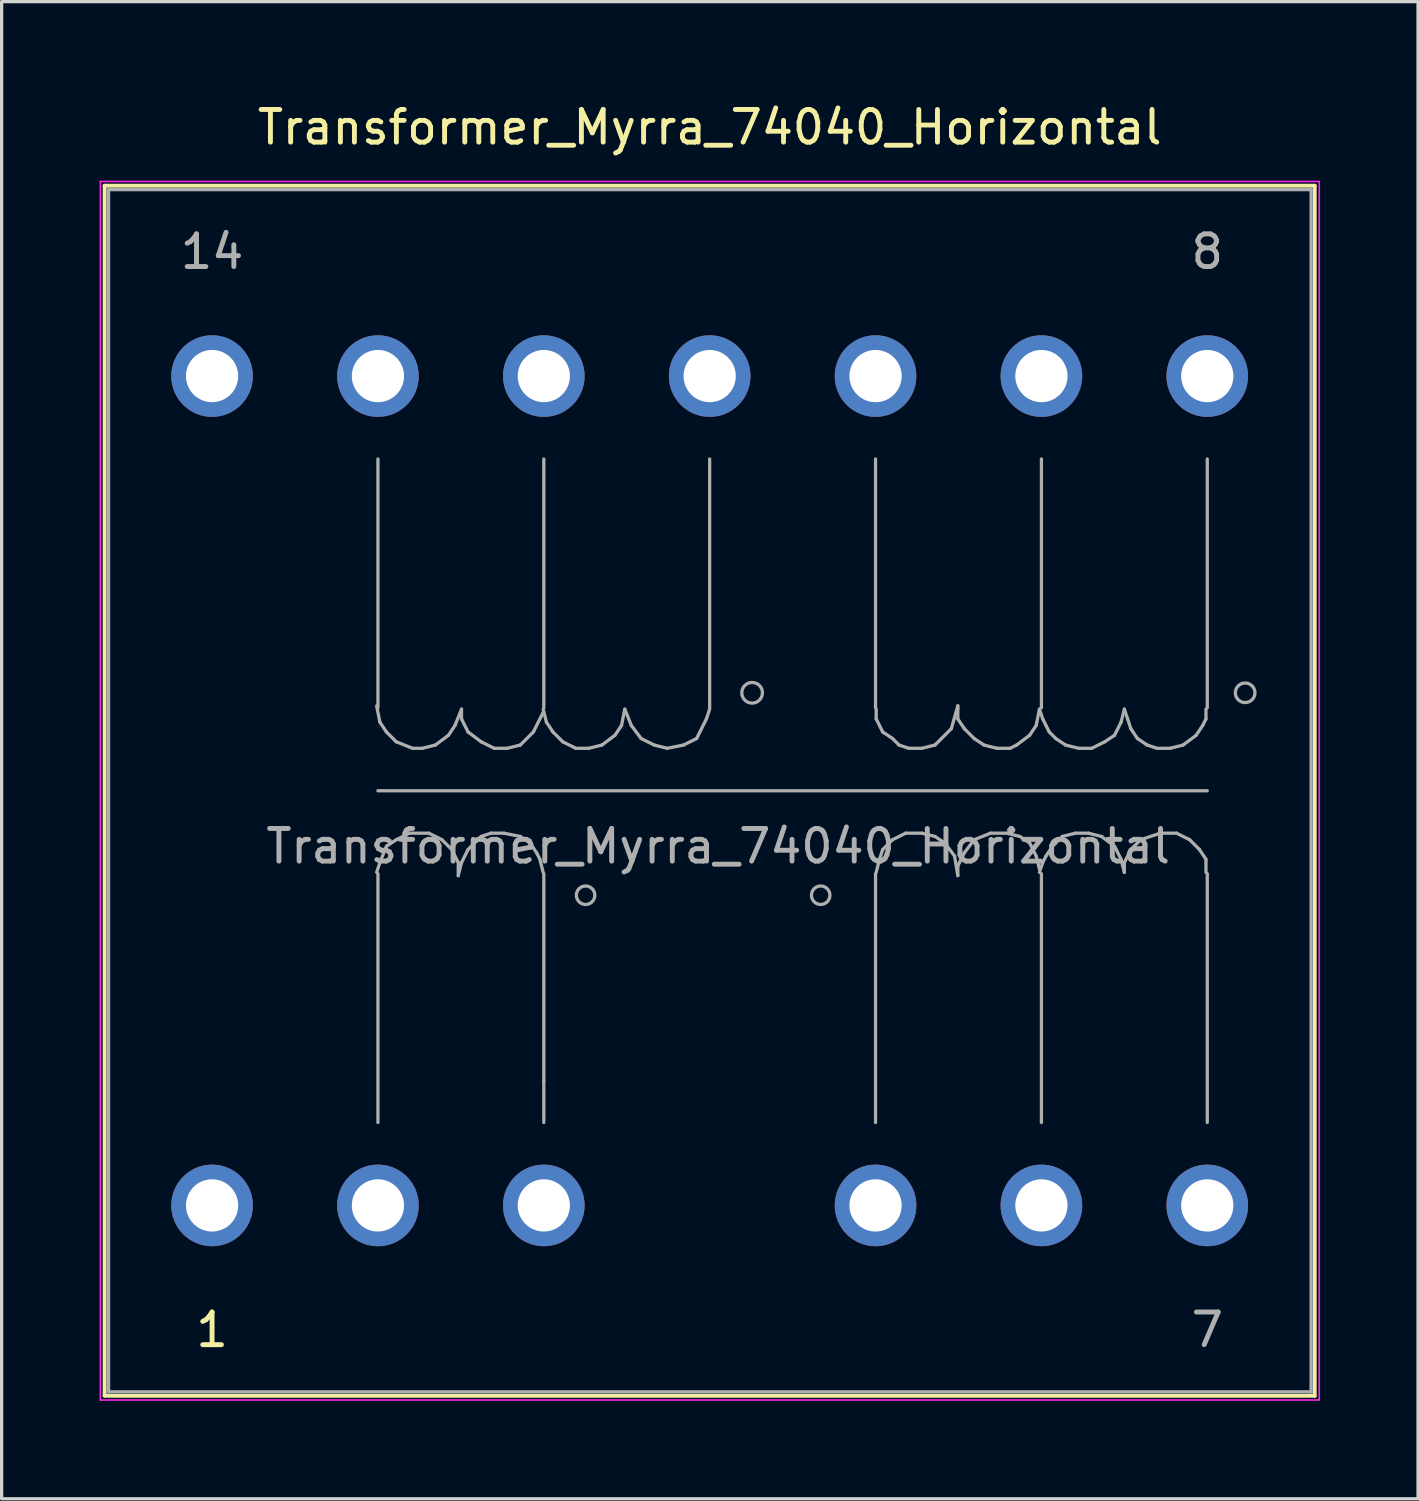
<source format=kicad_pcb>
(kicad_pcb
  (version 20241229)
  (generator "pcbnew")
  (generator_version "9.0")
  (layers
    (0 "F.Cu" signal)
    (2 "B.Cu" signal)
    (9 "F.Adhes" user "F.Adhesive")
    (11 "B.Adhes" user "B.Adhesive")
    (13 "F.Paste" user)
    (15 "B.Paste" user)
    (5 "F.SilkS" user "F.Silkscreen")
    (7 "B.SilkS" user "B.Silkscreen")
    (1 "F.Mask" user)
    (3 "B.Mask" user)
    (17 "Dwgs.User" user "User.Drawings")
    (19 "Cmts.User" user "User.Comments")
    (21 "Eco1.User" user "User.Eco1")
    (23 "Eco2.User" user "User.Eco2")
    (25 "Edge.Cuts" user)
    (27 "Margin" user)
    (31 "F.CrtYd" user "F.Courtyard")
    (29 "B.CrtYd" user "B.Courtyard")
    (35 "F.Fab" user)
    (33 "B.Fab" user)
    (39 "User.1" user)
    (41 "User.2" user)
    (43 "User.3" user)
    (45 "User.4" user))
  (footprint "Transformer_Myrra_74040_Horizontal"
    (layer "F.Cu")
    (at 3.445 33.868)
    (property "Reference" "Transformer_Myrra_74040_Horizontal" (at 15.24 -33.02 0) (layer "F.SilkS") (effects (font (size 1 1) (thickness 0.15))))
    (attr through_hole)
    (fp_line (start -3.29 -31.23) (end -3.29 5.83) (stroke (width 0.12) (type solid)) (layer "F.SilkS"))
    (fp_line (start -3.29 -31.23) (end 33.77 -31.23) (stroke (width 0.12) (type solid)) (layer "F.SilkS"))
    (fp_line (start 33.77 5.83) (end -3.29 5.83) (stroke (width 0.12) (type solid)) (layer "F.SilkS"))
    (fp_line (start 33.77 5.83) (end 33.77 -31.23) (stroke (width 0.12) (type solid)) (layer "F.SilkS"))
    (fp_line (start -3.42 -31.36) (end -3.42 5.96) (stroke (width 0.05) (type solid)) (layer "F.CrtYd"))
    (fp_line (start -3.42 -31.36) (end 33.91 -31.36) (stroke (width 0.05) (type solid)) (layer "F.CrtYd"))
    (fp_line (start 33.91 5.96) (end -3.42 5.96) (stroke (width 0.05) (type solid)) (layer "F.CrtYd"))
    (fp_line (start 33.91 5.96) (end 33.91 -31.36) (stroke (width 0.05) (type solid)) (layer "F.CrtYd"))
    (fp_line (start -3.17 -31.11) (end 33.66 -31.11) (stroke (width 0.1) (type solid)) (layer "F.Fab"))
    (fp_line (start -3.17 5.71) (end -3.17 -31.11) (stroke (width 0.1) (type solid)) (layer "F.Fab"))
    (fp_line (start 5.04 -10.2) (end 5.14 -10.5) (stroke (width 0.1) (type solid)) (layer "F.Fab"))
    (fp_line (start 5.08 -15.24) (end 5.08 -22.86) (stroke (width 0.1) (type solid)) (layer "F.Fab"))
    (fp_line (start 5.08 -12.7) (end 30.48 -12.7) (stroke (width 0.1) (type solid)) (layer "F.Fab"))
    (fp_line (start 5.08 -2.54) (end 5.08 -10.16) (stroke (width 0.1) (type solid)) (layer "F.Fab"))
    (fp_line (start 5.14 -14.8) (end 5.04 -15.3) (stroke (width 0.1) (type solid)) (layer "F.Fab"))
    (fp_line (start 5.14 -10.5) (end 5.34 -11) (stroke (width 0.1) (type solid)) (layer "F.Fab"))
    (fp_line (start 5.34 -14.5) (end 5.14 -14.8) (stroke (width 0.1) (type solid)) (layer "F.Fab"))
    (fp_line (start 5.34 -11) (end 5.64 -11.2) (stroke (width 0.1) (type solid)) (layer "F.Fab"))
    (fp_line (start 5.64 -14.2) (end 5.34 -14.5) (stroke (width 0.1) (type solid)) (layer "F.Fab"))
    (fp_line (start 5.64 -11.2) (end 6.04 -11.4) (stroke (width 0.1) (type solid)) (layer "F.Fab"))
    (fp_line (start 6.04 -11.4) (end 6.64 -11.4) (stroke (width 0.1) (type solid)) (layer "F.Fab"))
    (fp_line (start 6.14 -14) (end 5.64 -14.2) (stroke (width 0.1) (type solid)) (layer "F.Fab"))
    (fp_line (start 6.44 -14) (end 6.14 -14) (stroke (width 0.1) (type solid)) (layer "F.Fab"))
    (fp_line (start 6.64 -11.4) (end 7.04 -11.2) (stroke (width 0.1) (type solid)) (layer "F.Fab"))
    (fp_line (start 6.84 -14.1) (end 6.44 -14) (stroke (width 0.1) (type solid)) (layer "F.Fab"))
    (fp_line (start 7.04 -11.2) (end 7.34 -10.9) (stroke (width 0.1) (type solid)) (layer "F.Fab"))
    (fp_line (start 7.24 -14.4) (end 6.84 -14.1) (stroke (width 0.1) (type solid)) (layer "F.Fab"))
    (fp_line (start 7.34 -10.9) (end 7.54 -10.5) (stroke (width 0.1) (type solid)) (layer "F.Fab"))
    (fp_line (start 7.44 -14.7) (end 7.24 -14.4) (stroke (width 0.1) (type solid)) (layer "F.Fab"))
    (fp_line (start 7.54 -10.5) (end 7.54 -10.1) (stroke (width 0.1) (type solid)) (layer "F.Fab"))
    (fp_line (start 7.54 -10.1) (end 7.64 -10.5) (stroke (width 0.1) (type solid)) (layer "F.Fab"))
    (fp_line (start 7.64 -15.2) (end 7.44 -14.7) (stroke (width 0.1) (type solid)) (layer "F.Fab"))
    (fp_line (start 7.64 -14.9) (end 7.64 -15.2) (stroke (width 0.1) (type solid)) (layer "F.Fab"))
    (fp_line (start 7.64 -10.5) (end 7.84 -10.9) (stroke (width 0.1) (type solid)) (layer "F.Fab"))
    (fp_line (start 7.84 -14.5) (end 7.64 -14.9) (stroke (width 0.1) (type solid)) (layer "F.Fab"))
    (fp_line (start 7.84 -10.9) (end 8.24 -11.3) (stroke (width 0.1) (type solid)) (layer "F.Fab"))
    (fp_line (start 8.24 -14.2) (end 7.84 -14.5) (stroke (width 0.1) (type solid)) (layer "F.Fab"))
    (fp_line (start 8.24 -11.3) (end 8.54 -11.4) (stroke (width 0.1) (type solid)) (layer "F.Fab"))
    (fp_line (start 8.54 -11.4) (end 8.94 -11.4) (stroke (width 0.1) (type solid)) (layer "F.Fab"))
    (fp_line (start 8.64 -14) (end 8.24 -14.2) (stroke (width 0.1) (type solid)) (layer "F.Fab"))
    (fp_line (start 8.94 -11.4) (end 9.44 -11.3) (stroke (width 0.1) (type solid)) (layer "F.Fab"))
    (fp_line (start 9.04 -14) (end 8.64 -14) (stroke (width 0.1) (type solid)) (layer "F.Fab"))
    (fp_line (start 9.44 -14.1) (end 9.04 -14) (stroke (width 0.1) (type solid)) (layer "F.Fab"))
    (fp_line (start 9.44 -11.3) (end 9.74 -11.1) (stroke (width 0.1) (type solid)) (layer "F.Fab"))
    (fp_line (start 9.74 -11.1) (end 9.94 -10.8) (stroke (width 0.1) (type solid)) (layer "F.Fab"))
    (fp_line (start 9.84 -14.5) (end 9.44 -14.1) (stroke (width 0.1) (type solid)) (layer "F.Fab"))
    (fp_line (start 9.94 -10.8) (end 10.04 -10.6) (stroke (width 0.1) (type solid)) (layer "F.Fab"))
    (fp_line (start 10.04 -10.6) (end 10.14 -10.2) (stroke (width 0.1) (type solid)) (layer "F.Fab"))
    (fp_line (start 10.14 -15.1) (end 9.84 -14.5) (stroke (width 0.1) (type solid)) (layer "F.Fab"))
    (fp_line (start 10.16 -15.24) (end 10.16 -22.86) (stroke (width 0.1) (type solid)) (layer "F.Fab"))
    (fp_line (start 10.16 -10.16) (end 10.16 -3.81) (stroke (width 0.1) (type solid)) (layer "F.Fab"))
    (fp_line (start 10.16 -3.81) (end 10.16 -2.54) (stroke (width 0.1) (type solid)) (layer "F.Fab"))
    (fp_line (start 10.24 -14.8) (end 10.14 -15.2) (stroke (width 0.1) (type solid)) (layer "F.Fab"))
    (fp_line (start 10.44 -14.5) (end 10.24 -14.8) (stroke (width 0.1) (type solid)) (layer "F.Fab"))
    (fp_line (start 10.74 -14.2) (end 10.44 -14.5) (stroke (width 0.1) (type solid)) (layer "F.Fab"))
    (fp_line (start 11.14 -14) (end 10.74 -14.2) (stroke (width 0.1) (type solid)) (layer "F.Fab"))
    (fp_line (start 11.54 -14) (end 11.14 -14) (stroke (width 0.1) (type solid)) (layer "F.Fab"))
    (fp_line (start 11.94 -14.1) (end 11.54 -14) (stroke (width 0.1) (type solid)) (layer "F.Fab"))
    (fp_line (start 12.34 -14.4) (end 11.94 -14.1) (stroke (width 0.1) (type solid)) (layer "F.Fab"))
    (fp_line (start 12.54 -14.7) (end 12.34 -14.4) (stroke (width 0.1) (type solid)) (layer "F.Fab"))
    (fp_line (start 12.64 -15.2) (end 12.54 -14.7) (stroke (width 0.1) (type solid)) (layer "F.Fab"))
    (fp_line (start 12.84 -14.7) (end 12.64 -15.2) (stroke (width 0.1) (type solid)) (layer "F.Fab"))
    (fp_line (start 13.14 -14.3) (end 12.84 -14.7) (stroke (width 0.1) (type solid)) (layer "F.Fab"))
    (fp_line (start 13.54 -14.1) (end 13.14 -14.3) (stroke (width 0.1) (type solid)) (layer "F.Fab"))
    (fp_line (start 13.94 -14) (end 13.54 -14.1) (stroke (width 0.1) (type solid)) (layer "F.Fab"))
    (fp_line (start 14.44 -14.1) (end 13.94 -14) (stroke (width 0.1) (type solid)) (layer "F.Fab"))
    (fp_line (start 14.84 -14.3) (end 14.44 -14.1) (stroke (width 0.1) (type solid)) (layer "F.Fab"))
    (fp_line (start 15.14 -14.9) (end 14.84 -14.3) (stroke (width 0.1) (type solid)) (layer "F.Fab"))
    (fp_line (start 15.24 -15.24) (end 15.24 -22.86) (stroke (width 0.1) (type solid)) (layer "F.Fab"))
    (fp_line (start 15.24 -15.2) (end 15.14 -14.9) (stroke (width 0.1) (type solid)) (layer "F.Fab"))
    (fp_line (start 20.32 -15.24) (end 20.32 -22.86) (stroke (width 0.1) (type solid)) (layer "F.Fab"))
    (fp_line (start 20.32 -10.16) (end 20.32 -2.54) (stroke (width 0.1) (type solid)) (layer "F.Fab"))
    (fp_line (start 20.34 -14.9) (end 20.34 -15.2) (stroke (width 0.1) (type solid)) (layer "F.Fab"))
    (fp_line (start 20.44 -10.6) (end 20.34 -10.2) (stroke (width 0.1) (type solid)) (layer "F.Fab"))
    (fp_line (start 20.54 -14.5) (end 20.34 -14.9) (stroke (width 0.1) (type solid)) (layer "F.Fab"))
    (fp_line (start 20.54 -10.9) (end 20.44 -10.6) (stroke (width 0.1) (type solid)) (layer "F.Fab"))
    (fp_line (start 20.84 -14.3) (end 20.54 -14.5) (stroke (width 0.1) (type solid)) (layer "F.Fab"))
    (fp_line (start 20.84 -11.2) (end 20.54 -10.9) (stroke (width 0.1) (type solid)) (layer "F.Fab"))
    (fp_line (start 21.04 -14.1) (end 20.84 -14.3) (stroke (width 0.1) (type solid)) (layer "F.Fab"))
    (fp_line (start 21.24 -11.4) (end 20.84 -11.2) (stroke (width 0.1) (type solid)) (layer "F.Fab"))
    (fp_line (start 21.34 -14) (end 21.04 -14.1) (stroke (width 0.1) (type solid)) (layer "F.Fab"))
    (fp_line (start 21.74 -14) (end 21.34 -14) (stroke (width 0.1) (type solid)) (layer "F.Fab"))
    (fp_line (start 21.74 -11.4) (end 21.24 -11.4) (stroke (width 0.1) (type solid)) (layer "F.Fab"))
    (fp_line (start 22.14 -14.1) (end 21.74 -14) (stroke (width 0.1) (type solid)) (layer "F.Fab"))
    (fp_line (start 22.14 -11.3) (end 21.74 -11.4) (stroke (width 0.1) (type solid)) (layer "F.Fab"))
    (fp_line (start 22.34 -14.3) (end 22.14 -14.1) (stroke (width 0.1) (type solid)) (layer "F.Fab"))
    (fp_line (start 22.44 -11.1) (end 22.14 -11.3) (stroke (width 0.1) (type solid)) (layer "F.Fab"))
    (fp_line (start 22.64 -14.6) (end 22.34 -14.3) (stroke (width 0.1) (type solid)) (layer "F.Fab"))
    (fp_line (start 22.74 -10.7) (end 22.44 -11.1) (stroke (width 0.1) (type solid)) (layer "F.Fab"))
    (fp_line (start 22.84 -15.3) (end 22.64 -14.6) (stroke (width 0.1) (type solid)) (layer "F.Fab"))
    (fp_line (start 22.84 -15.2) (end 22.84 -15.3) (stroke (width 0.1) (type solid)) (layer "F.Fab"))
    (fp_line (start 22.84 -14.9) (end 22.84 -15.2) (stroke (width 0.1) (type solid)) (layer "F.Fab"))
    (fp_line (start 22.84 -10.4) (end 22.84 -10.1) (stroke (width 0.1) (type solid)) (layer "F.Fab"))
    (fp_line (start 22.84 -10.1) (end 22.74 -10.7) (stroke (width 0.1) (type solid)) (layer "F.Fab"))
    (fp_line (start 23.04 -14.6) (end 22.84 -14.9) (stroke (width 0.1) (type solid)) (layer "F.Fab"))
    (fp_line (start 23.04 -10.8) (end 22.84 -10.4) (stroke (width 0.1) (type solid)) (layer "F.Fab"))
    (fp_line (start 23.34 -14.3) (end 23.04 -14.6) (stroke (width 0.1) (type solid)) (layer "F.Fab"))
    (fp_line (start 23.34 -11.2) (end 23.04 -10.8) (stroke (width 0.1) (type solid)) (layer "F.Fab"))
    (fp_line (start 23.64 -14.1) (end 23.34 -14.3) (stroke (width 0.1) (type solid)) (layer "F.Fab"))
    (fp_line (start 23.84 -11.4) (end 23.34 -11.2) (stroke (width 0.1) (type solid)) (layer "F.Fab"))
    (fp_line (start 24.04 -14) (end 23.64 -14.1) (stroke (width 0.1) (type solid)) (layer "F.Fab"))
    (fp_line (start 24.34 -11.4) (end 23.84 -11.4) (stroke (width 0.1) (type solid)) (layer "F.Fab"))
    (fp_line (start 24.44 -14) (end 24.04 -14) (stroke (width 0.1) (type solid)) (layer "F.Fab"))
    (fp_line (start 24.64 -14.1) (end 24.44 -14) (stroke (width 0.1) (type solid)) (layer "F.Fab"))
    (fp_line (start 24.74 -11.3) (end 24.34 -11.4) (stroke (width 0.1) (type solid)) (layer "F.Fab"))
    (fp_line (start 25.04 -14.4) (end 24.64 -14.1) (stroke (width 0.1) (type solid)) (layer "F.Fab"))
    (fp_line (start 25.04 -11.1) (end 24.74 -11.3) (stroke (width 0.1) (type solid)) (layer "F.Fab"))
    (fp_line (start 25.24 -14.7) (end 25.04 -14.4) (stroke (width 0.1) (type solid)) (layer "F.Fab"))
    (fp_line (start 25.24 -10.7) (end 25.04 -11.1) (stroke (width 0.1) (type solid)) (layer "F.Fab"))
    (fp_line (start 25.34 -15.2) (end 25.24 -14.7) (stroke (width 0.1) (type solid)) (layer "F.Fab"))
    (fp_line (start 25.34 -10.3) (end 25.24 -10.7) (stroke (width 0.1) (type solid)) (layer "F.Fab"))
    (fp_line (start 25.4 -15.24) (end 25.4 -22.86) (stroke (width 0.1) (type solid)) (layer "F.Fab"))
    (fp_line (start 25.4 -10.16) (end 25.4 -2.54) (stroke (width 0.1) (type solid)) (layer "F.Fab"))
    (fp_line (start 25.44 -14.9) (end 25.34 -15.2) (stroke (width 0.1) (type solid)) (layer "F.Fab"))
    (fp_line (start 25.44 -10.5) (end 25.34 -10.2) (stroke (width 0.1) (type solid)) (layer "F.Fab"))
    (fp_line (start 25.54 -14.7) (end 25.44 -14.9) (stroke (width 0.1) (type solid)) (layer "F.Fab"))
    (fp_line (start 25.54 -10.7) (end 25.44 -10.5) (stroke (width 0.1) (type solid)) (layer "F.Fab"))
    (fp_line (start 25.64 -14.5) (end 25.54 -14.7) (stroke (width 0.1) (type solid)) (layer "F.Fab"))
    (fp_line (start 25.74 -11) (end 25.54 -10.7) (stroke (width 0.1) (type solid)) (layer "F.Fab"))
    (fp_line (start 25.84 -14.3) (end 25.64 -14.5) (stroke (width 0.1) (type solid)) (layer "F.Fab"))
    (fp_line (start 26.04 -11.3) (end 25.74 -11) (stroke (width 0.1) (type solid)) (layer "F.Fab"))
    (fp_line (start 26.14 -14.1) (end 25.84 -14.3) (stroke (width 0.1) (type solid)) (layer "F.Fab"))
    (fp_line (start 26.44 -11.4) (end 26.04 -11.3) (stroke (width 0.1) (type solid)) (layer "F.Fab"))
    (fp_line (start 26.54 -14) (end 26.14 -14.1) (stroke (width 0.1) (type solid)) (layer "F.Fab"))
    (fp_line (start 26.84 -11.4) (end 26.44 -11.4) (stroke (width 0.1) (type solid)) (layer "F.Fab"))
    (fp_line (start 26.94 -14) (end 26.54 -14) (stroke (width 0.1) (type solid)) (layer "F.Fab"))
    (fp_line (start 27.24 -11.3) (end 26.84 -11.4) (stroke (width 0.1) (type solid)) (layer "F.Fab"))
    (fp_line (start 27.34 -14.2) (end 26.94 -14) (stroke (width 0.1) (type solid)) (layer "F.Fab"))
    (fp_line (start 27.64 -14.4) (end 27.34 -14.2) (stroke (width 0.1) (type solid)) (layer "F.Fab"))
    (fp_line (start 27.64 -11) (end 27.24 -11.3) (stroke (width 0.1) (type solid)) (layer "F.Fab"))
    (fp_line (start 27.84 -14.8) (end 27.64 -14.4) (stroke (width 0.1) (type solid)) (layer "F.Fab"))
    (fp_line (start 27.84 -10.6) (end 27.64 -11) (stroke (width 0.1) (type solid)) (layer "F.Fab"))
    (fp_line (start 27.94 -15.2) (end 27.84 -14.8) (stroke (width 0.1) (type solid)) (layer "F.Fab"))
    (fp_line (start 27.94 -10.5) (end 27.94 -10.2) (stroke (width 0.1) (type solid)) (layer "F.Fab"))
    (fp_line (start 27.94 -10.2) (end 27.84 -10.6) (stroke (width 0.1) (type solid)) (layer "F.Fab"))
    (fp_line (start 28.04 -14.9) (end 27.94 -15.2) (stroke (width 0.1) (type solid)) (layer "F.Fab"))
    (fp_line (start 28.14 -14.6) (end 28.04 -14.9) (stroke (width 0.1) (type solid)) (layer "F.Fab"))
    (fp_line (start 28.14 -10.9) (end 27.94 -10.5) (stroke (width 0.1) (type solid)) (layer "F.Fab"))
    (fp_line (start 28.34 -14.3) (end 28.14 -14.6) (stroke (width 0.1) (type solid)) (layer "F.Fab"))
    (fp_line (start 28.44 -11.2) (end 28.14 -10.9) (stroke (width 0.1) (type solid)) (layer "F.Fab"))
    (fp_line (start 28.64 -14.1) (end 28.34 -14.3) (stroke (width 0.1) (type solid)) (layer "F.Fab"))
    (fp_line (start 28.94 -14) (end 28.64 -14.1) (stroke (width 0.1) (type solid)) (layer "F.Fab"))
    (fp_line (start 29.04 -11.4) (end 28.44 -11.2) (stroke (width 0.1) (type solid)) (layer "F.Fab"))
    (fp_line (start 29.34 -14) (end 28.94 -14) (stroke (width 0.1) (type solid)) (layer "F.Fab"))
    (fp_line (start 29.54 -11.4) (end 29.04 -11.4) (stroke (width 0.1) (type solid)) (layer "F.Fab"))
    (fp_line (start 29.74 -14.1) (end 29.34 -14) (stroke (width 0.1) (type solid)) (layer "F.Fab"))
    (fp_line (start 29.94 -11.2) (end 29.54 -11.4) (stroke (width 0.1) (type solid)) (layer "F.Fab"))
    (fp_line (start 30.14 -14.4) (end 29.74 -14.1) (stroke (width 0.1) (type solid)) (layer "F.Fab"))
    (fp_line (start 30.24 -10.9) (end 29.94 -11.2) (stroke (width 0.1) (type solid)) (layer "F.Fab"))
    (fp_line (start 30.34 -14.7) (end 30.14 -14.4) (stroke (width 0.1) (type solid)) (layer "F.Fab"))
    (fp_line (start 30.44 -15.2) (end 30.44 -14.9) (stroke (width 0.1) (type solid)) (layer "F.Fab"))
    (fp_line (start 30.44 -14.9) (end 30.34 -14.7) (stroke (width 0.1) (type solid)) (layer "F.Fab"))
    (fp_line (start 30.44 -10.6) (end 30.24 -10.9) (stroke (width 0.1) (type solid)) (layer "F.Fab"))
    (fp_line (start 30.44 -10.2) (end 30.44 -10.6) (stroke (width 0.1) (type solid)) (layer "F.Fab"))
    (fp_line (start 30.48 -15.24) (end 30.48 -22.86) (stroke (width 0.1) (type solid)) (layer "F.Fab"))
    (fp_line (start 30.48 -10.16) (end 30.48 -2.54) (stroke (width 0.1) (type solid)) (layer "F.Fab"))
    (fp_line (start 33.66 -31.11) (end 33.66 5.71) (stroke (width 0.1) (type solid)) (layer "F.Fab"))
    (fp_line (start 33.66 5.71) (end -3.17 5.71) (stroke (width 0.1) (type solid)) (layer "F.Fab"))
    (fp_circle (center 11.44 -9.5) (end 11.64 -9.3) (stroke (width 0.1) (type solid)) (fill no) (layer "F.Fab"))
    (fp_circle (center 16.54 -15.7) (end 16.64 -15.4) (stroke (width 0.1) (type solid)) (fill no) (layer "F.Fab"))
    (fp_circle (center 18.64 -9.5) (end 18.84 -9.3) (stroke (width 0.1) (type solid)) (fill no) (layer "F.Fab"))
    (fp_circle (center 31.64 -15.7) (end 31.64 -15.4) (stroke (width 0.1) (type solid)) (fill no) (layer "F.Fab"))
    (fp_text user "1" (at 0 3.81 0) (layer "F.SilkS") (effects (font (size 1 1) (thickness 0.15))))
    (fp_text user "14" (at 0 -29.21 0) (layer "F.Fab") (effects (font (size 1 1) (thickness 0.15))))
    (fp_text user "${REFERENCE}" (at 15.5 -11 0) (layer "F.Fab") (effects (font (size 1 1) (thickness 0.15))))
    (fp_text user "8" (at 30.48 -29.21 0) (layer "F.Fab") (effects (font (size 1 1) (thickness 0.15))))
    (fp_text user "7" (at 30.48 3.81 0) (layer "F.Fab") (effects (font (size 1 1) (thickness 0.15))))
    (pad "1" thru_hole circle (at 0 0) (size 2.5 2.5) (drill 1.6) (layers "*.Cu" "*.Mask"))
    (pad "2" thru_hole circle (at 5.08 0) (size 2.5 2.5) (drill 1.6) (layers "*.Cu" "*.Mask"))
    (pad "3" thru_hole circle (at 10.16 0) (size 2.5 2.5) (drill 1.6) (layers "*.Cu" "*.Mask"))
    (pad "5" thru_hole circle (at 20.32 0) (size 2.5 2.5) (drill 1.6) (layers "*.Cu" "*.Mask"))
    (pad "6" thru_hole circle (at 25.4 0) (size 2.5 2.5) (drill 1.6) (layers "*.Cu" "*.Mask"))
    (pad "7" thru_hole circle (at 30.48 0) (size 2.5 2.5) (drill 1.6) (layers "*.Cu" "*.Mask"))
    (pad "8" thru_hole circle (at 30.48 -25.4) (size 2.5 2.5) (drill 1.6) (layers "*.Cu" "*.Mask"))
    (pad "9" thru_hole circle (at 25.4 -25.4) (size 2.5 2.5) (drill 1.6) (layers "*.Cu" "*.Mask"))
    (pad "10" thru_hole circle (at 20.32 -25.4) (size 2.5 2.5) (drill 1.6) (layers "*.Cu" "*.Mask"))
    (pad "11" thru_hole circle (at 15.24 -25.4) (size 2.5 2.5) (drill 1.6) (layers "*.Cu" "*.Mask"))
    (pad "12" thru_hole circle (at 10.16 -25.4) (size 2.5 2.5) (drill 1.6) (layers "*.Cu" "*.Mask"))
    (pad "13" thru_hole circle (at 5.08 -25.4) (size 2.5 2.5) (drill 1.6) (layers "*.Cu" "*.Mask"))
    (pad "14" thru_hole circle (at 0 -25.4) (size 2.5 2.5) (drill 1.6) (layers "*.Cu" "*.Mask")))
  (gr_rect
    (start -3 -3)
    (end 40.38 42.853)
    (stroke (width 0.1) (type default))
    (fill no)
    (layer "Edge.Cuts")))
</source>
